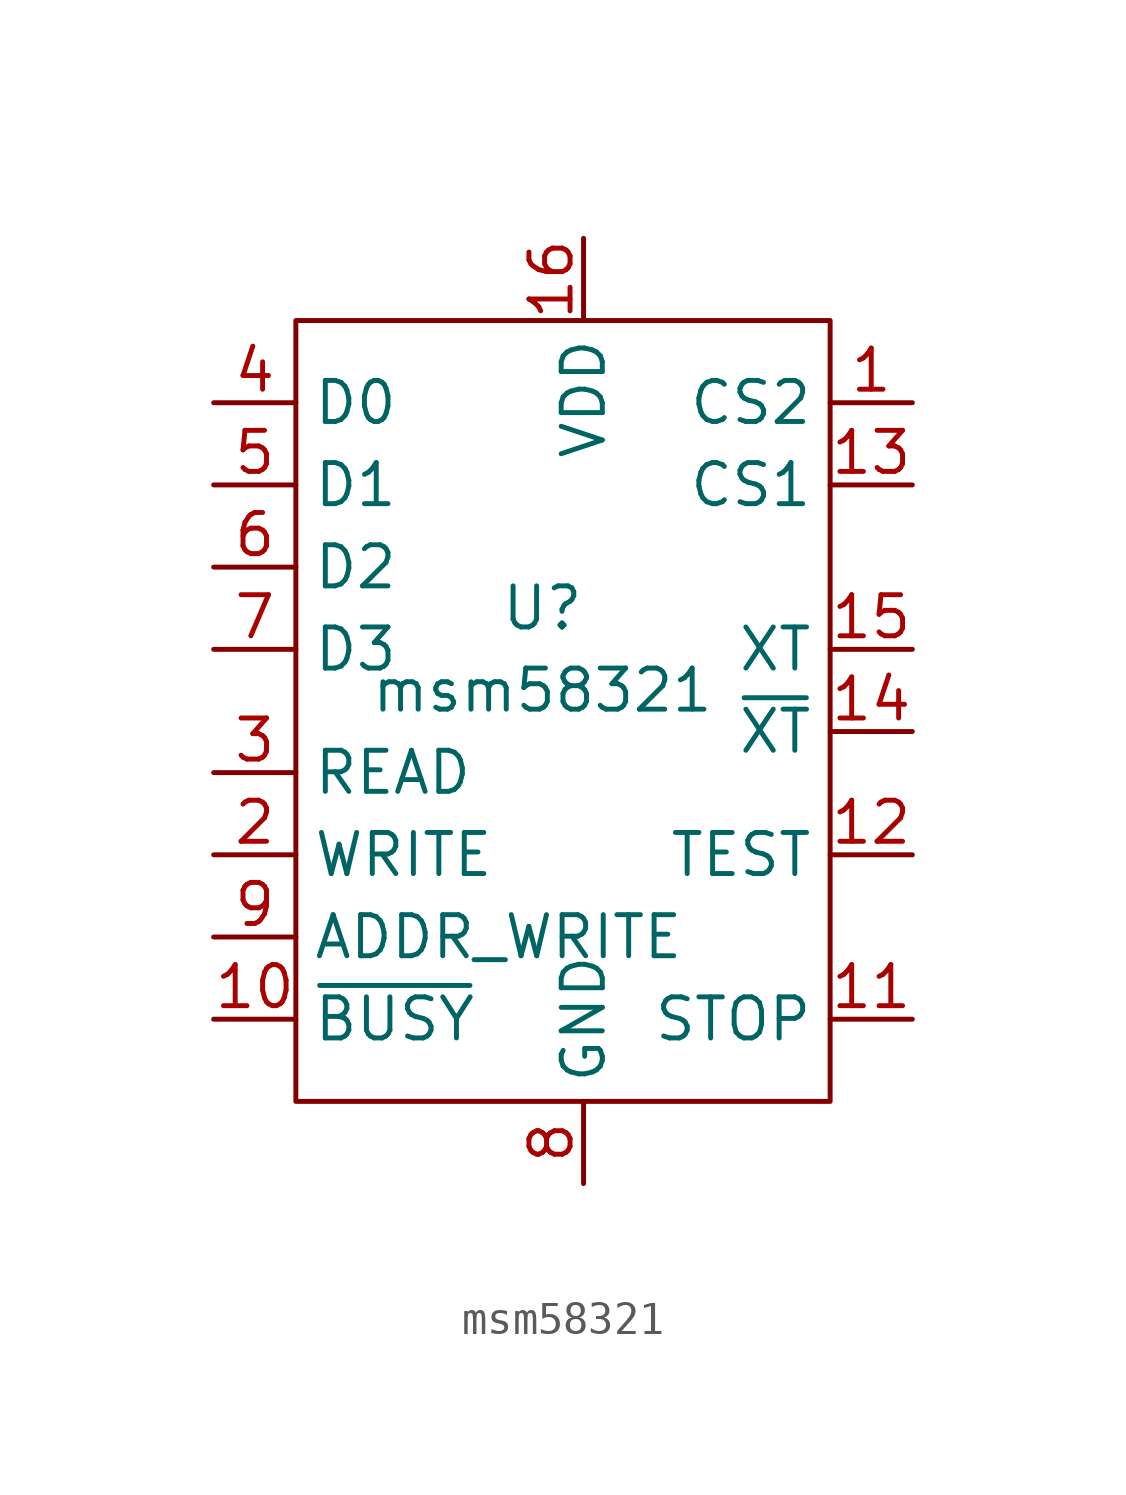
<source format=kicad_sym>
(kicad_symbol_lib
  (version 20211014)
  (generator kicad_symbol_editor)
  (symbol "msm58321"
    (property "Reference" "U"
      (at -1.27 2.54 0)
      (effects (font (size 1.27 1.27))))
    (property "Value" "msm58321"
      (at -1.27 0 0)
      (effects (font (size 1.27 1.27))))
    (symbol "msm58321_0_0"
      (pin input line (at 10.16 8.89 180) (length 2.54) (name "CS2" (effects (font (size 1.27 1.27)))) (number "1" (effects (font (size 1.27 1.27)))))
      (pin output line (at -11.43 -10.16 0) (length 2.54) (name "~{BUSY}" (effects (font (size 1.27 1.27)))) (number "10" (effects (font (size 1.27 1.27)))))
      (pin input line (at 10.16 -10.16 180) (length 2.54) (name "STOP" (effects (font (size 1.27 1.27)))) (number "11" (effects (font (size 1.27 1.27)))))
      (pin input line (at 10.16 -5.08 180) (length 2.54) (name "TEST" (effects (font (size 1.27 1.27)))) (number "12" (effects (font (size 1.27 1.27)))))
      (pin input line (at 10.16 6.35 180) (length 2.54) (name "CS1" (effects (font (size 1.27 1.27)))) (number "13" (effects (font (size 1.27 1.27)))))
      (pin input line (at 10.16 -1.27 180) (length 2.54) (name "~{XT}" (effects (font (size 1.27 1.27)))) (number "14" (effects (font (size 1.27 1.27)))))
      (pin input line (at 10.16 1.27 180) (length 2.54) (name "XT" (effects (font (size 1.27 1.27)))) (number "15" (effects (font (size 1.27 1.27)))))
      (pin power_in line (at 0 13.97 270) (length 2.54) (name "VDD" (effects (font (size 1.27 1.27)))) (number "16" (effects (font (size 1.27 1.27)))))
      (pin input line (at -11.43 -5.08 0) (length 2.54) (name "WRITE" (effects (font (size 1.27 1.27)))) (number "2" (effects (font (size 1.27 1.27)))))
      (pin input line (at -11.43 -2.54 0) (length 2.54) (name "READ" (effects (font (size 1.27 1.27)))) (number "3" (effects (font (size 1.27 1.27)))))
      (pin bidirectional line (at -11.43 8.89 0) (length 2.54) (name "D0" (effects (font (size 1.27 1.27)))) (number "4" (effects (font (size 1.27 1.27)))))
      (pin bidirectional line (at -11.43 6.35 0) (length 2.54) (name "D1" (effects (font (size 1.27 1.27)))) (number "5" (effects (font (size 1.27 1.27)))))
      (pin bidirectional line (at -11.43 3.81 0) (length 2.54) (name "D2" (effects (font (size 1.27 1.27)))) (number "6" (effects (font (size 1.27 1.27)))))
      (pin bidirectional line (at -11.43 1.27 0) (length 2.54) (name "D3" (effects (font (size 1.27 1.27)))) (number "7" (effects (font (size 1.27 1.27)))))
      (pin power_out line (at 0 -15.24 90) (length 2.54) (name "GND" (effects (font (size 1.27 1.27)))) (number "8" (effects (font (size 1.27 1.27)))))
      (pin input line (at -11.43 -7.62 0) (length 2.54) (name "ADDR_WRITE" (effects (font (size 1.27 1.27)))) (number "9" (effects (font (size 1.27 1.27))))))
    (symbol "msm58321_0_1"
      (rectangle (start -8.89 11.43) (end 7.62 -12.7) (stroke (width 0) (type default) (color 0 0 0 0)) (fill (type none))))))
</source>
